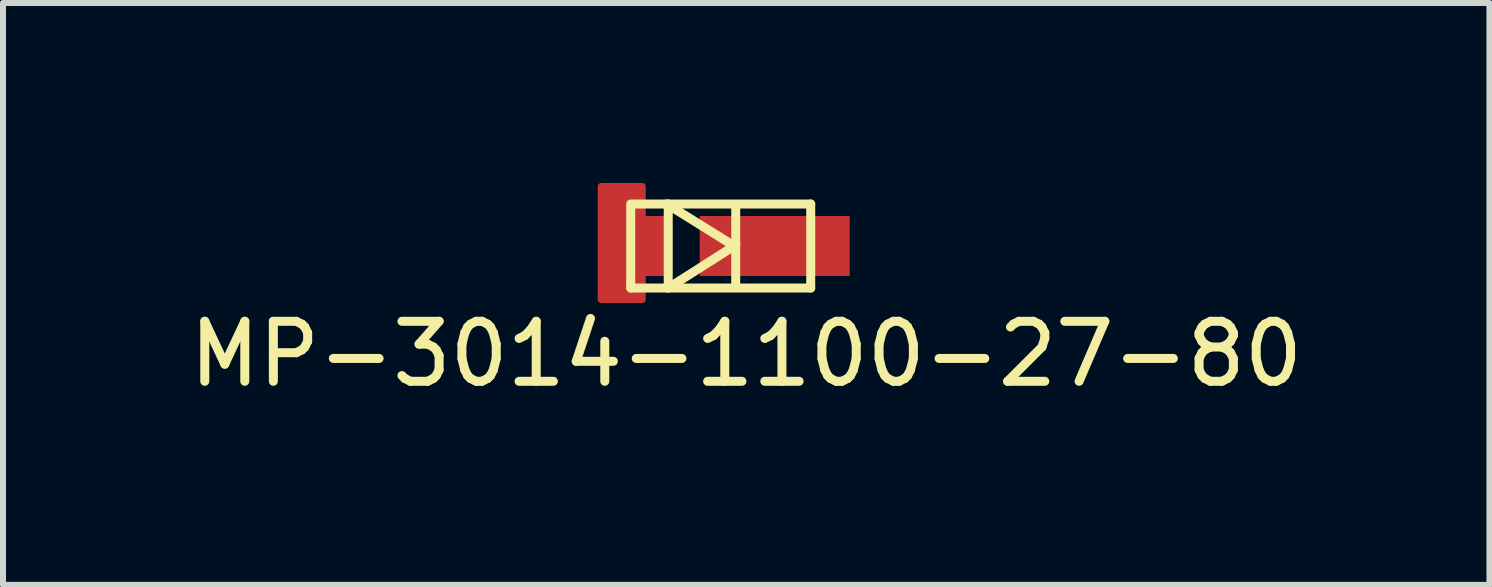
<source format=kicad_pcb>
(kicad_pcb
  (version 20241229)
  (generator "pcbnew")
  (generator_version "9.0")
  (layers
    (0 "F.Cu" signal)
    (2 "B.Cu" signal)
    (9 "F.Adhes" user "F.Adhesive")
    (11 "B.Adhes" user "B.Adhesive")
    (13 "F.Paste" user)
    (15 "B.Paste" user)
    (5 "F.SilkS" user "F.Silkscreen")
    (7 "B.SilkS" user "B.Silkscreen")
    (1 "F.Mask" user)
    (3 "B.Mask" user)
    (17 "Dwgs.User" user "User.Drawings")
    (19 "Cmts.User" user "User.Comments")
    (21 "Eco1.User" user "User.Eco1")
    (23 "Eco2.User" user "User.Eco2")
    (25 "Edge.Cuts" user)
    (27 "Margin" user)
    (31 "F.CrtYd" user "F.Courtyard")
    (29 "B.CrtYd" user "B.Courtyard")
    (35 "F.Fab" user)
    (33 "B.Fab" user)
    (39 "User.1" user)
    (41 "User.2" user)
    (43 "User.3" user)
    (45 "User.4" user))
  (footprint "MP-3014-1100-27-80"
    (layer "F.Cu")
    (at 9.437 1.05)
    (property "Reference" "MP-3014-1100-27-80" (at -0.05 1.8 0) (layer "F.SilkS") (effects (font (size 1 1) (thickness 0.15))))
    (attr through_hole)
    (fp_line (start -1.975 0.7) (end -1.975 -0.7) (stroke (width 0.15) (type solid)) (layer "F.SilkS"))
    (fp_line (start -1.925 -0.7) (end 1.025 -0.7) (stroke (width 0.15) (type solid)) (layer "F.SilkS"))
    (fp_line (start -1.35 -0.7) (end -1.35 0.7) (stroke (width 0.15) (type solid)) (layer "F.SilkS"))
    (fp_line (start -1.35 0.7) (end -0.25 0) (stroke (width 0.15) (type solid)) (layer "F.SilkS"))
    (fp_line (start -0.25 0) (end -1.375 -0.7) (stroke (width 0.15) (type solid)) (layer "F.SilkS"))
    (fp_line (start -0.225 -0.05) (end -0.225 0.675) (stroke (width 0.15) (type solid)) (layer "F.SilkS"))
    (fp_line (start -0.225 -0.025) (end -0.225 -0.675) (stroke (width 0.15) (type solid)) (layer "F.SilkS"))
    (fp_line (start 1.025 -0.7) (end 1.025 0.7) (stroke (width 0.15) (type solid)) (layer "F.SilkS"))
    (fp_line (start 1.025 0.7) (end -1.975 0.7) (stroke (width 0.15) (type solid)) (layer "F.SilkS"))
    (pad "1" smd rect (at 0.425 0) (size 2.5 1) (layers "F.Cu" "F.Mask" "F.Paste"))
    (pad "2" smd custom (at -1.925 0) (size 1.1 1) (layers "F.Cu" "F.Mask" "F.Paste") (options (anchor rect)) (primitives (gr_poly (pts (xy -0.55 -1) (xy -0.55 0.9) (xy 0.15 0.9) (xy 0.15 -1)) (width 0.1) (fill yes)))))
  (gr_rect
    (start -3 -3)
    (end 21.774 6.698)
    (stroke (width 0.1) (type default))
    (fill no)
    (layer "Edge.Cuts")))
</source>
